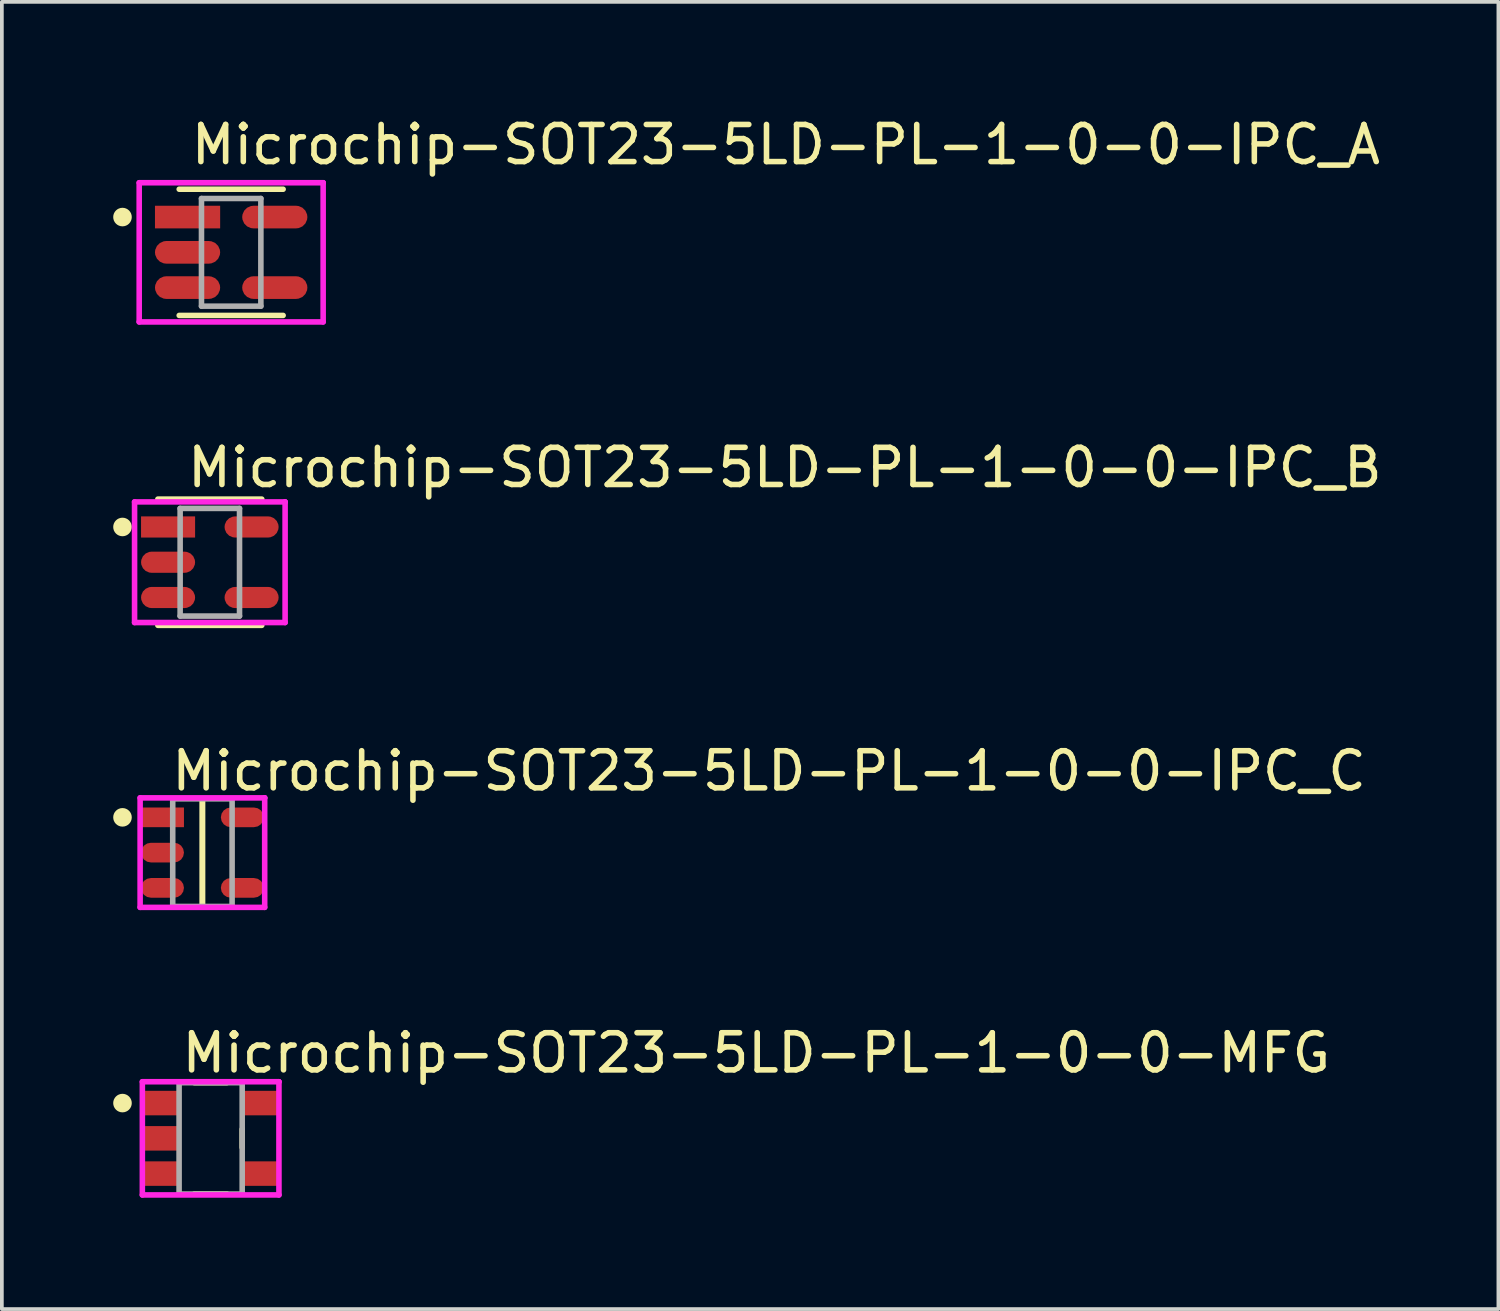
<source format=kicad_pcb>
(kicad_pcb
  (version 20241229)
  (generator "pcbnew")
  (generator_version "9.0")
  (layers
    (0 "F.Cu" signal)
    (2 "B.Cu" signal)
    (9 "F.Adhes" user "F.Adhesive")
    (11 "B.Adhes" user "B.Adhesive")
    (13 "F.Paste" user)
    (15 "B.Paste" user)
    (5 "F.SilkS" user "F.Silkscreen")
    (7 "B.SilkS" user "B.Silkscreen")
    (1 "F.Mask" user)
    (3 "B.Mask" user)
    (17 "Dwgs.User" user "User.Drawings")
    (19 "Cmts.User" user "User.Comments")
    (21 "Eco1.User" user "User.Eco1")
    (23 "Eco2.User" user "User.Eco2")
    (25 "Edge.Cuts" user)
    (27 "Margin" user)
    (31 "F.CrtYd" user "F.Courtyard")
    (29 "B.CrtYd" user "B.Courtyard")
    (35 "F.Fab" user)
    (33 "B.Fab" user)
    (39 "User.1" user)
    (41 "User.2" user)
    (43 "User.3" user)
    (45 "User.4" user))
  (footprint "Microchip-SOT23-5LD-PL-1-0-0-IPC_A"
    (layer "F.Cu")
    (at 3.178 3.748)
    (property "Reference" "Microchip-SOT23-5LD-PL-1-0-0-IPC_A" (at -1.153 -2.9 0) (layer "F.SilkS") (effects (font (size 1 1) (thickness 0.15)) (justify left)))
    (attr through_hole)
    (fp_line (start -1.4 -1.7) (end 1.4 -1.7) (stroke (width 0.15) (type solid)) (layer "F.SilkS"))
    (fp_line (start -1.4 1.7) (end 1.4 1.7) (stroke (width 0.15) (type solid)) (layer "F.SilkS"))
    (fp_circle (center -2.928 -0.95) (end -2.803 -0.95) (stroke (width 0.25) (type solid)) (fill no) (layer "F.SilkS"))
    (fp_line (start -2.478 -1.875) (end -2.478 1.875) (stroke (width 0.15) (type solid)) (layer "F.CrtYd"))
    (fp_line (start -2.478 1.875) (end 2.478 1.875) (stroke (width 0.15) (type solid)) (layer "F.CrtYd"))
    (fp_line (start 2.478 -1.875) (end -2.478 -1.875) (stroke (width 0.15) (type solid)) (layer "F.CrtYd"))
    (fp_line (start 2.478 -1.875) (end 2.478 -1.875) (stroke (width 0.15) (type solid)) (layer "F.CrtYd"))
    (fp_line (start 2.478 1.875) (end 2.478 -1.875) (stroke (width 0.15) (type solid)) (layer "F.CrtYd"))
    (fp_line (start -0.8 -1.45) (end 0.8 -1.45) (stroke (width 0.15) (type solid)) (layer "F.Fab"))
    (fp_line (start -0.8 1.45) (end -0.8 -1.45) (stroke (width 0.15) (type solid)) (layer "F.Fab"))
    (fp_line (start 0.8 -1.45) (end 0.8 1.45) (stroke (width 0.15) (type solid)) (layer "F.Fab"))
    (fp_line (start 0.8 1.45) (end -0.8 1.45) (stroke (width 0.15) (type solid)) (layer "F.Fab"))
    (pad "1" smd rect (at -1.175 -0.95) (size 1.756 0.61) (layers "F.Cu" "F.Mask" "F.Paste"))
    (pad "2" smd roundrect (at -1.175 0.000001) (size 1.756 0.61) (layers "F.Cu" "F.Mask" "F.Paste") (roundrect_rratio 0.5))
    (pad "3" smd roundrect (at -1.175 0.95) (size 1.756 0.61) (layers "F.Cu" "F.Mask" "F.Paste") (roundrect_rratio 0.5))
    (pad "4" smd roundrect (at 1.175 0.95) (size 1.756 0.61) (layers "F.Cu" "F.Mask" "F.Paste") (roundrect_rratio 0.5))
    (pad "5" smd roundrect (at 1.175 -0.95) (size 1.756 0.61) (layers "F.Cu" "F.Mask" "F.Paste") (roundrect_rratio 0.5)))
  (footprint "Microchip-SOT23-5LD-PL-1-0-0-IPC_B"
    (layer "F.Cu")
    (at 2.603 12.097)
    (property "Reference" "Microchip-SOT23-5LD-PL-1-0-0-IPC_B" (at -0.678 -2.55 0) (layer "F.SilkS") (effects (font (size 1 1) (thickness 0.15)) (justify left)))
    (attr through_hole)
    (fp_line (start -1.4 -1.7) (end 1.4 -1.7) (stroke (width 0.15) (type solid)) (layer "F.SilkS"))
    (fp_line (start -1.4 1.7) (end 1.4 1.7) (stroke (width 0.15) (type solid)) (layer "F.SilkS"))
    (fp_circle (center -2.353 -0.95) (end -2.228 -0.95) (stroke (width 0.25) (type solid)) (fill no) (layer "F.SilkS"))
    (fp_line (start -2.028 -1.625) (end -2.028 1.625) (stroke (width 0.15) (type solid)) (layer "F.CrtYd"))
    (fp_line (start -2.028 1.625) (end 2.028 1.625) (stroke (width 0.15) (type solid)) (layer "F.CrtYd"))
    (fp_line (start 2.028 -1.625) (end -2.028 -1.625) (stroke (width 0.15) (type solid)) (layer "F.CrtYd"))
    (fp_line (start 2.028 -1.625) (end 2.028 -1.625) (stroke (width 0.15) (type solid)) (layer "F.CrtYd"))
    (fp_line (start 2.028 1.625) (end 2.028 -1.625) (stroke (width 0.15) (type solid)) (layer "F.CrtYd"))
    (fp_line (start -0.8 -1.45) (end 0.8 -1.45) (stroke (width 0.15) (type solid)) (layer "F.Fab"))
    (fp_line (start -0.8 1.45) (end -0.8 -1.45) (stroke (width 0.15) (type solid)) (layer "F.Fab"))
    (fp_line (start 0.8 -1.45) (end 0.8 1.45) (stroke (width 0.15) (type solid)) (layer "F.Fab"))
    (fp_line (start 0.8 1.45) (end -0.8 1.45) (stroke (width 0.15) (type solid)) (layer "F.Fab"))
    (pad "1" smd rect (at -1.125 -0.95) (size 1.456 0.57) (layers "F.Cu" "F.Mask" "F.Paste"))
    (pad "2" smd roundrect (at -1.125 0.000001) (size 1.456 0.57) (layers "F.Cu" "F.Mask" "F.Paste") (roundrect_rratio 0.5))
    (pad "3" smd roundrect (at -1.125 0.95) (size 1.456 0.57) (layers "F.Cu" "F.Mask" "F.Paste") (roundrect_rratio 0.5))
    (pad "4" smd roundrect (at 1.125 0.95) (size 1.456 0.57) (layers "F.Cu" "F.Mask" "F.Paste") (roundrect_rratio 0.5))
    (pad "5" smd roundrect (at 1.125 -0.95) (size 1.456 0.57) (layers "F.Cu" "F.Mask" "F.Paste") (roundrect_rratio 0.5)))
  (footprint "Microchip-SOT23-5LD-PL-1-0-0-MFG"
    (layer "F.Cu")
    (at 2.625 27.618)
    (property "Reference" "Microchip-SOT23-5LD-PL-1-0-0-MFG" (at -0.85 -2.3 0) (layer "F.SilkS") (effects (font (size 1 1) (thickness 0.15)) (justify left)))
    (attr through_hole)
    (fp_line (start -0.44 -1.5) (end 0.44 -1.5) (stroke (width 0.15) (type solid)) (layer "F.SilkS"))
    (fp_line (start -0.44 1.5) (end 0.44 1.5) (stroke (width 0.15) (type solid)) (layer "F.SilkS"))
    (fp_line (start 0.85 0.245) (end 0.85 -0.245) (stroke (width 0.15) (type solid)) (layer "F.SilkS"))
    (fp_circle (center -2.375 -0.95) (end -2.25 -0.95) (stroke (width 0.25) (type solid)) (fill no) (layer "F.SilkS"))
    (fp_line (start -1.84 -1.525) (end -1.84 1.525) (stroke (width 0.15) (type solid)) (layer "F.CrtYd"))
    (fp_line (start -1.84 1.525) (end 1.84 1.525) (stroke (width 0.15) (type solid)) (layer "F.CrtYd"))
    (fp_line (start 1.84 -1.525) (end -1.84 -1.525) (stroke (width 0.15) (type solid)) (layer "F.CrtYd"))
    (fp_line (start 1.84 -1.525) (end 1.84 -1.525) (stroke (width 0.15) (type solid)) (layer "F.CrtYd"))
    (fp_line (start 1.84 1.525) (end 1.84 -1.525) (stroke (width 0.15) (type solid)) (layer "F.CrtYd"))
    (fp_line (start -0.85 -1.5) (end 0.85 -1.5) (stroke (width 0.15) (type solid)) (layer "F.Fab"))
    (fp_line (start -0.85 1.5) (end -0.85 -1.5) (stroke (width 0.15) (type solid)) (layer "F.Fab"))
    (fp_line (start 0.85 -1.5) (end 0.85 1.5) (stroke (width 0.15) (type solid)) (layer "F.Fab"))
    (fp_line (start 0.85 1.5) (end -0.85 1.5) (stroke (width 0.15) (type solid)) (layer "F.Fab"))
    (pad "1" smd rect (at -1.315 -0.95) (size 1 0.66) (layers "F.Cu" "F.Mask" "F.Paste"))
    (pad "2" smd rect (at -1.315 0) (size 1 0.66) (layers "F.Cu" "F.Mask" "F.Paste"))
    (pad "3" smd rect (at -1.315 0.95) (size 1 0.66) (layers "F.Cu" "F.Mask" "F.Paste"))
    (pad "4" smd rect (at 1.315 0.95) (size 1 0.66) (layers "F.Cu" "F.Mask" "F.Paste"))
    (pad "5" smd rect (at 1.315 -0.95) (size 1 0.66) (layers "F.Cu" "F.Mask" "F.Paste")))
  (footprint "Microchip-SOT23-5LD-PL-1-0-0-IPC_C"
    (layer "F.Cu")
    (at 2.403 19.92)
    (property "Reference" "Microchip-SOT23-5LD-PL-1-0-0-IPC_C" (at -0.903 -2.2 0) (layer "F.SilkS") (effects (font (size 1 1) (thickness 0.15)) (justify left)))
    (attr through_hole)
    (fp_line (start -0.003 -1.45) (end -0.003 1.45) (stroke (width 0.15) (type solid)) (layer "F.SilkS"))
    (fp_line (start -0.003 1.45) (end 0.003 1.45) (stroke (width 0.15) (type solid)) (layer "F.SilkS"))
    (fp_line (start 0.003 -1.45) (end -0.003 -1.45) (stroke (width 0.15) (type solid)) (layer "F.SilkS"))
    (fp_line (start 0.003 1.45) (end 0.003 -1.45) (stroke (width 0.15) (type solid)) (layer "F.SilkS"))
    (fp_circle (center -2.153 -0.95) (end -2.028 -0.95) (stroke (width 0.25) (type solid)) (fill no) (layer "F.SilkS"))
    (fp_line (start -1.678 -1.475) (end -1.678 1.475) (stroke (width 0.15) (type solid)) (layer "F.CrtYd"))
    (fp_line (start -1.678 1.475) (end 1.678 1.475) (stroke (width 0.15) (type solid)) (layer "F.CrtYd"))
    (fp_line (start 1.678 -1.475) (end -1.678 -1.475) (stroke (width 0.15) (type solid)) (layer "F.CrtYd"))
    (fp_line (start 1.678 -1.475) (end 1.678 -1.475) (stroke (width 0.15) (type solid)) (layer "F.CrtYd"))
    (fp_line (start 1.678 1.475) (end 1.678 -1.475) (stroke (width 0.15) (type solid)) (layer "F.CrtYd"))
    (fp_line (start -0.8 -1.45) (end 0.8 -1.45) (stroke (width 0.15) (type solid)) (layer "F.Fab"))
    (fp_line (start -0.8 1.45) (end -0.8 -1.45) (stroke (width 0.15) (type solid)) (layer "F.Fab"))
    (fp_line (start 0.8 -1.45) (end 0.8 1.45) (stroke (width 0.15) (type solid)) (layer "F.Fab"))
    (fp_line (start 0.8 1.45) (end -0.8 1.45) (stroke (width 0.15) (type solid)) (layer "F.Fab"))
    (pad "1" smd rect (at -1.075 -0.95) (size 1.156 0.53) (layers "F.Cu" "F.Mask" "F.Paste"))
    (pad "2" smd roundrect (at -1.075 0.000001) (size 1.156 0.53) (layers "F.Cu" "F.Mask" "F.Paste") (roundrect_rratio 0.5))
    (pad "3" smd roundrect (at -1.075 0.95) (size 1.156 0.53) (layers "F.Cu" "F.Mask" "F.Paste") (roundrect_rratio 0.5))
    (pad "4" smd roundrect (at 1.075 0.95) (size 1.156 0.53) (layers "F.Cu" "F.Mask" "F.Paste") (roundrect_rratio 0.5))
    (pad "5" smd roundrect (at 1.075 -0.95) (size 1.156 0.53) (layers "F.Cu" "F.Mask" "F.Paste") (roundrect_rratio 0.5)))
  (gr_rect
    (start -3 -3)
    (end 37.318 32.218)
    (stroke (width 0.1) (type default))
    (fill no)
    (layer "Edge.Cuts")))
</source>
